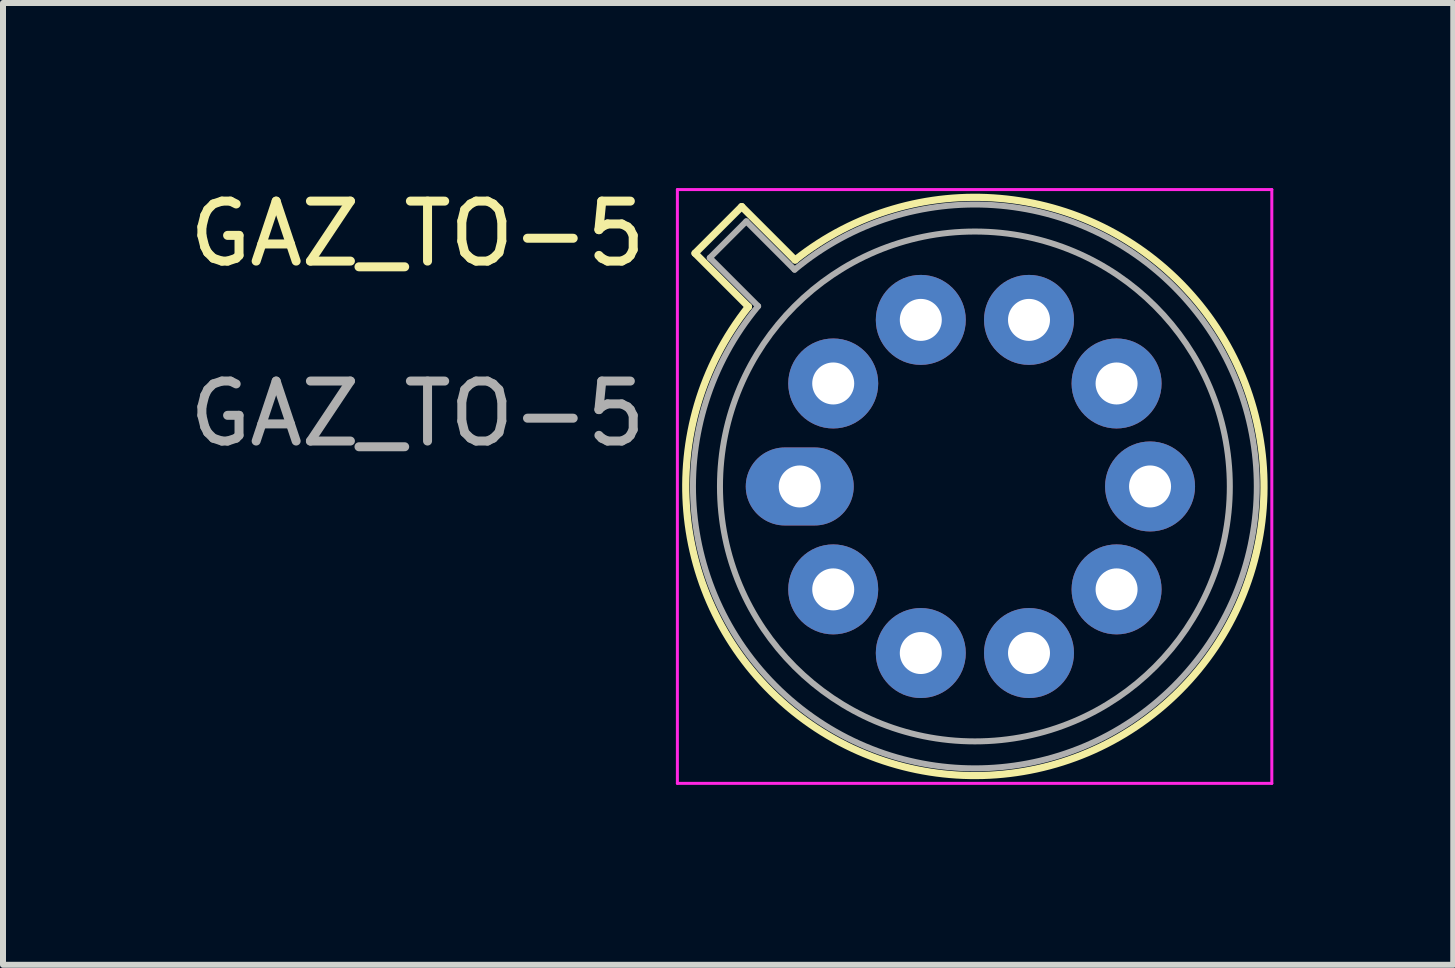
<source format=kicad_pcb>
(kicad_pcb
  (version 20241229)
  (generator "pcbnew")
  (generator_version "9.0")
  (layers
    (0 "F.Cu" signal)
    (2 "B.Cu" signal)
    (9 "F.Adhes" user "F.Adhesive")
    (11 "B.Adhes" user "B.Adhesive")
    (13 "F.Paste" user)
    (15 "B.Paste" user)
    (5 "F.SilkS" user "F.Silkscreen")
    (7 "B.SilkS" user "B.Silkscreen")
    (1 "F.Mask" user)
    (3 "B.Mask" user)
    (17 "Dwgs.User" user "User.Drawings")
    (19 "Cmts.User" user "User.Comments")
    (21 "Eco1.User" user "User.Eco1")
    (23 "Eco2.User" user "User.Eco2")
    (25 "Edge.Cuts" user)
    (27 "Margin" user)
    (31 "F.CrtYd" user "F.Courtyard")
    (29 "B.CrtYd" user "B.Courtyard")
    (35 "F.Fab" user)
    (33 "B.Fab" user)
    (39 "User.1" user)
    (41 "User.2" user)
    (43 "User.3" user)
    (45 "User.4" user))
  (footprint "GAZ_TO-5"
    (layer "F.Cu")
    (at 11.531 5.928)
    (property "Reference" "GAZ_TO-5" (at -7.62 -5.08 0) (unlocked yes) (layer "F.SilkS") (effects (font (size 1 1) (thickness 0.15))))
    (attr through_hole)
    (fp_line (start -2.994 -4.756) (end -2.103 -3.865) (stroke (width 0.12) (type solid)) (layer "F.SilkS"))
    (fp_line (start -2.216 -5.534) (end -2.994 -4.756) (stroke (width 0.12) (type solid)) (layer "F.SilkS"))
    (fp_line (start -1.325 -4.643) (end -2.216 -5.534) (stroke (width 0.12) (type solid)) (layer "F.SilkS"))
    (fp_arc (start -1.325209 -4.643286) (mid 5.08 2.54) (end -2.102799 -3.865755) (stroke (width 0.12) (type solid)) (layer "F.SilkS"))
    (fp_line (start -3.288 -5.818) (end -3.288 4.082) (stroke (width 0.05) (type solid)) (layer "F.CrtYd"))
    (fp_line (start -3.288 4.082) (end 6.622 4.082) (stroke (width 0.05) (type solid)) (layer "F.CrtYd"))
    (fp_line (start 6.622 -5.818) (end -3.288 -5.818) (stroke (width 0.05) (type solid)) (layer "F.CrtYd"))
    (fp_line (start 6.622 4.082) (end 6.622 -5.818) (stroke (width 0.05) (type solid)) (layer "F.CrtYd"))
    (fp_line (start -2.748 -4.68) (end -1.942 -3.874) (stroke (width 0.1) (type solid)) (layer "F.Fab"))
    (fp_line (start -2.14 -5.288) (end -2.748 -4.68) (stroke (width 0.1) (type solid)) (layer "F.Fab"))
    (fp_line (start -1.334 -4.482) (end -2.14 -5.288) (stroke (width 0.1) (type solid)) (layer "F.Fab"))
    (fp_arc (start -1.333533 -4.481904) (mid 4.995318 2.454977) (end -1.941719 -3.873703) (stroke (width 0.1) (type solid)) (layer "F.Fab"))
    (fp_circle (center 1.672 -0.868) (end 5.922 -0.868) (stroke (width 0.1) (type solid)) (fill no) (layer "F.Fab"))
    (fp_text user "${REFERENCE}" (at -7.62 -2.08 0) (unlocked yes) (layer "F.Fab") (effects (font (size 1 1) (thickness 0.15))))
    (pad "1" thru_hole oval (at -1.248 -0.868) (size 1.8 1.3) (drill 0.7) (layers "*.Cu" "*.Mask"))
    (pad "2" thru_hole oval (at -0.69 0.848) (size 1.5 1.5) (drill 0.7) (layers "*.Cu" "*.Mask"))
    (pad "3" thru_hole oval (at 0.77 1.909) (size 1.5 1.5) (drill 0.7) (layers "*.Cu" "*.Mask"))
    (pad "4" thru_hole oval (at 2.574 1.909) (size 1.5 1.5) (drill 0.7) (layers "*.Cu" "*.Mask"))
    (pad "5" thru_hole oval (at 4.034 0.848) (size 1.5 1.5) (drill 0.7) (layers "*.Cu" "*.Mask"))
    (pad "6" thru_hole oval (at 4.592 -0.868) (size 1.5 1.5) (drill 0.7) (layers "*.Cu" "*.Mask"))
    (pad "7" thru_hole oval (at 4.034 -2.585) (size 1.5 1.5) (drill 0.7) (layers "*.Cu" "*.Mask"))
    (pad "8" thru_hole oval (at 2.574 -3.645) (size 1.5 1.5) (drill 0.7) (layers "*.Cu" "*.Mask"))
    (pad "9" thru_hole oval (at 0.77 -3.645) (size 1.5 1.5) (drill 0.7) (layers "*.Cu" "*.Mask"))
    (pad "10" thru_hole oval (at -0.69 -2.585) (size 1.5 1.5) (drill 0.7) (layers "*.Cu" "*.Mask")))
  (gr_rect
    (start -3 -3)
    (end 21.178 13.035)
    (stroke (width 0.1) (type default))
    (fill no)
    (layer "Edge.Cuts")))
</source>
